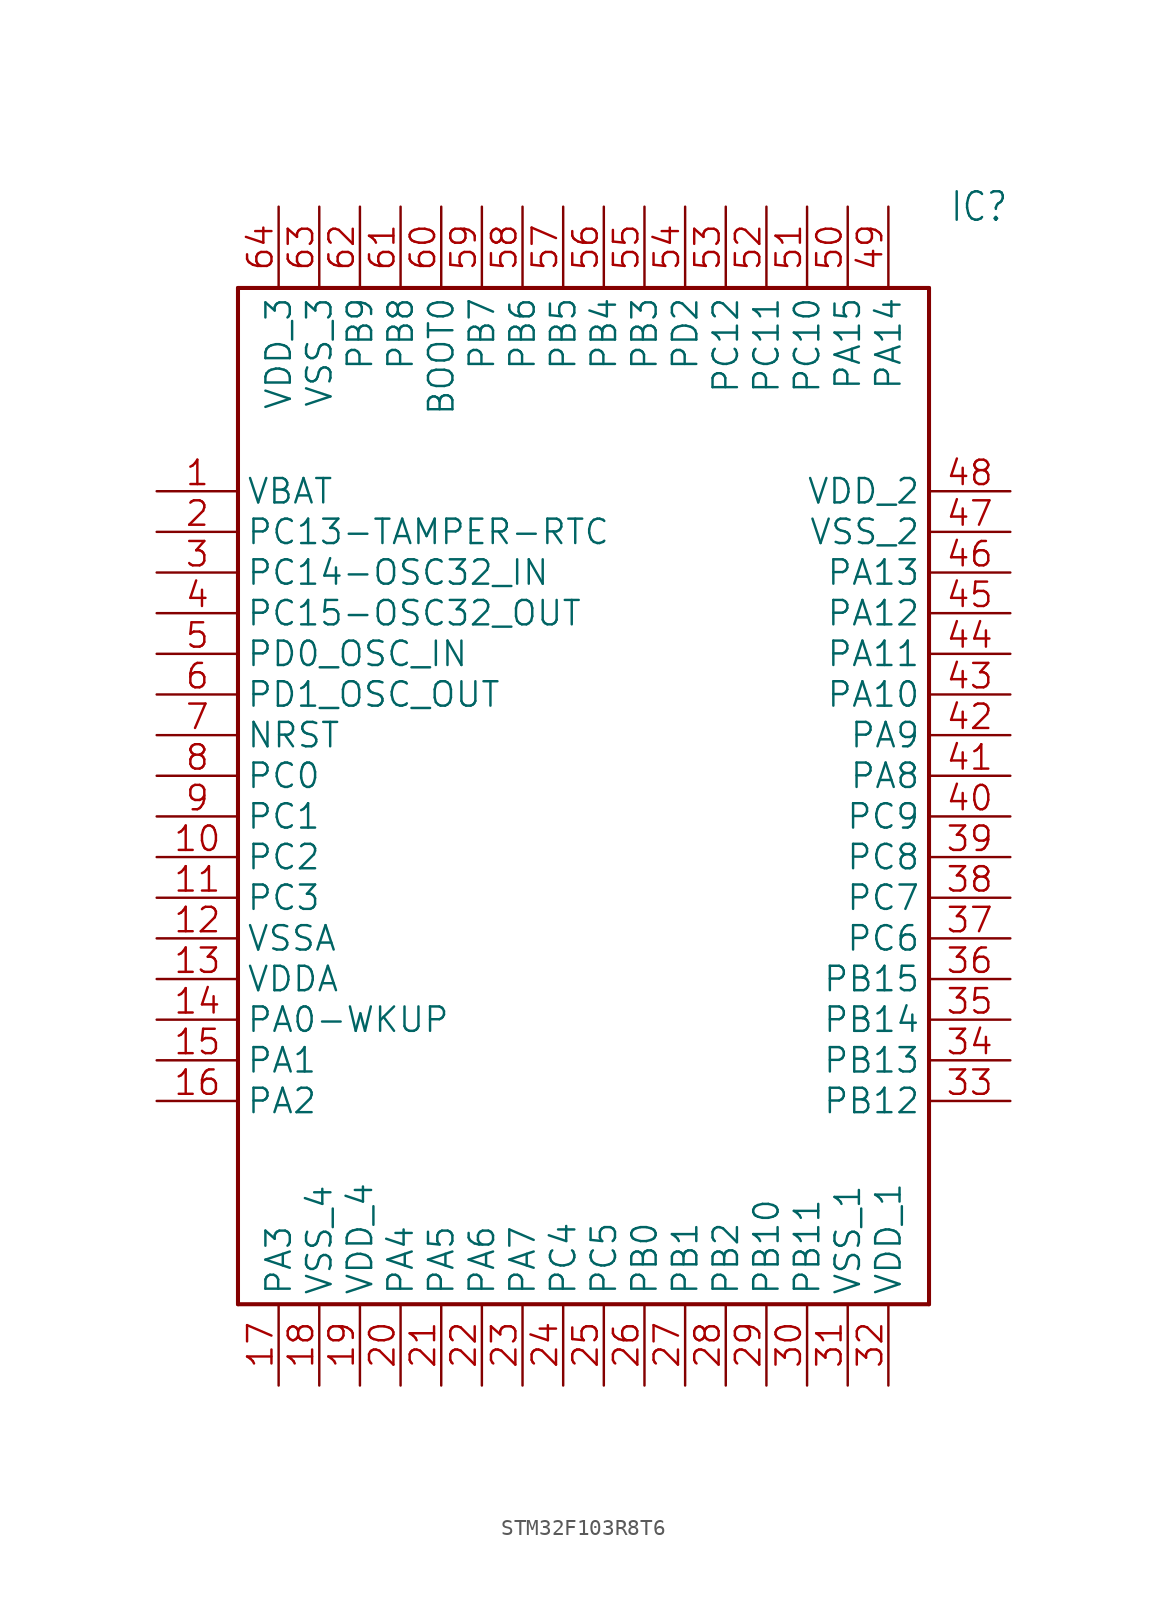
<source format=kicad_sym>
(kicad_symbol_lib
  (version 20241209)
  (generator "kicad_symbol_editor")
  (generator_version "9.0")
  (symbol "STM32F103R8T6"
    (property "Reference" "IC"
      (at 49.53 17.78 0)
      (effects (font (size 1.778 1.511)) (justify left)))
    (property "Value" ""
      (at 49.53 15.24 0)
      (effects (font (size 1.778 1.511)) (justify left)))
    (property "ki_locked" ""
      (at 0 0 0)
      (effects (font (size 1.27 1.27))))
    (symbol "STM32F103R8T6_1_0"
      (polyline (pts (xy 5.08 12.7) (xy 5.08 -50.8)) (stroke (width 0.254) (type solid)) (fill (type none)))
      (polyline (pts (xy 5.08 12.7) (xy 48.26 12.7)) (stroke (width 0.254) (type solid)) (fill (type none)))
      (polyline (pts (xy 48.26 -50.8) (xy 5.08 -50.8)) (stroke (width 0.254) (type solid)) (fill (type none)))
      (polyline (pts (xy 48.26 -50.8) (xy 48.26 12.7)) (stroke (width 0.254) (type solid)) (fill (type none)))
      (pin bidirectional line (at 0 0 0) (length 5.08) (name "VBAT" (effects (font (size 1.524 1.524)))) (number "1" (effects (font (size 1.524 1.524)))))
      (pin bidirectional line (at 0 -2.54 0) (length 5.08) (name "PC13-TAMPER-RTC" (effects (font (size 1.524 1.524)))) (number "2" (effects (font (size 1.524 1.524)))))
      (pin input line (at 0 -5.08 0) (length 5.08) (name "PC14-OSC32_IN" (effects (font (size 1.524 1.524)))) (number "3" (effects (font (size 1.524 1.524)))))
      (pin output line (at 0 -7.62 0) (length 5.08) (name "PC15-OSC32_OUT" (effects (font (size 1.524 1.524)))) (number "4" (effects (font (size 1.524 1.524)))))
      (pin input line (at 0 -10.16 0) (length 5.08) (name "PD0_OSC_IN" (effects (font (size 1.524 1.524)))) (number "5" (effects (font (size 1.524 1.524)))))
      (pin output line (at 0 -12.7 0) (length 5.08) (name "PD1_OSC_OUT" (effects (font (size 1.524 1.524)))) (number "6" (effects (font (size 1.524 1.524)))))
      (pin input line (at 0 -15.24 0) (length 5.08) (name "NRST" (effects (font (size 1.524 1.524)))) (number "7" (effects (font (size 1.524 1.524)))))
      (pin bidirectional line (at 0 -17.78 0) (length 5.08) (name "PC0" (effects (font (size 1.524 1.524)))) (number "8" (effects (font (size 1.524 1.524)))))
      (pin bidirectional line (at 0 -20.32 0) (length 5.08) (name "PC1" (effects (font (size 1.524 1.524)))) (number "9" (effects (font (size 1.524 1.524)))))
      (pin bidirectional line (at 0 -22.86 0) (length 5.08) (name "PC2" (effects (font (size 1.524 1.524)))) (number "10" (effects (font (size 1.524 1.524)))))
      (pin bidirectional line (at 0 -25.4 0) (length 5.08) (name "PC3" (effects (font (size 1.524 1.524)))) (number "11" (effects (font (size 1.524 1.524)))))
      (pin power_in line (at 0 -27.94 0) (length 5.08) (name "VSSA" (effects (font (size 1.524 1.524)))) (number "12" (effects (font (size 1.524 1.524)))))
      (pin power_in line (at 0 -30.48 0) (length 5.08) (name "VDDA" (effects (font (size 1.524 1.524)))) (number "13" (effects (font (size 1.524 1.524)))))
      (pin bidirectional line (at 0 -33.02 0) (length 5.08) (name "PA0-WKUP" (effects (font (size 1.524 1.524)))) (number "14" (effects (font (size 1.524 1.524)))))
      (pin bidirectional line (at 0 -35.56 0) (length 5.08) (name "PA1" (effects (font (size 1.524 1.524)))) (number "15" (effects (font (size 1.524 1.524)))))
      (pin bidirectional line (at 0 -38.1 0) (length 5.08) (name "PA2" (effects (font (size 1.524 1.524)))) (number "16" (effects (font (size 1.524 1.524)))))
      (pin power_in line (at 7.62 17.78 270) (length 5.08) (name "VDD_3" (effects (font (size 1.524 1.524)))) (number "64" (effects (font (size 1.524 1.524)))))
      (pin bidirectional line (at 7.62 -55.88 90) (length 5.08) (name "PA3" (effects (font (size 1.524 1.524)))) (number "17" (effects (font (size 1.524 1.524)))))
      (pin power_in line (at 10.16 17.78 270) (length 5.08) (name "VSS_3" (effects (font (size 1.524 1.524)))) (number "63" (effects (font (size 1.524 1.524)))))
      (pin power_in line (at 10.16 -55.88 90) (length 5.08) (name "VSS_4" (effects (font (size 1.524 1.524)))) (number "18" (effects (font (size 1.524 1.524)))))
      (pin bidirectional line (at 12.7 17.78 270) (length 5.08) (name "PB9" (effects (font (size 1.524 1.524)))) (number "62" (effects (font (size 1.524 1.524)))))
      (pin power_in line (at 12.7 -55.88 90) (length 5.08) (name "VDD_4" (effects (font (size 1.524 1.524)))) (number "19" (effects (font (size 1.524 1.524)))))
      (pin bidirectional line (at 15.24 17.78 270) (length 5.08) (name "PB8" (effects (font (size 1.524 1.524)))) (number "61" (effects (font (size 1.524 1.524)))))
      (pin bidirectional line (at 15.24 -55.88 90) (length 5.08) (name "PA4" (effects (font (size 1.524 1.524)))) (number "20" (effects (font (size 1.524 1.524)))))
      (pin bidirectional line (at 17.78 17.78 270) (length 5.08) (name "BOOT0" (effects (font (size 1.524 1.524)))) (number "60" (effects (font (size 1.524 1.524)))))
      (pin bidirectional line (at 17.78 -55.88 90) (length 5.08) (name "PA5" (effects (font (size 1.524 1.524)))) (number "21" (effects (font (size 1.524 1.524)))))
      (pin bidirectional line (at 20.32 17.78 270) (length 5.08) (name "PB7" (effects (font (size 1.524 1.524)))) (number "59" (effects (font (size 1.524 1.524)))))
      (pin bidirectional line (at 20.32 -55.88 90) (length 5.08) (name "PA6" (effects (font (size 1.524 1.524)))) (number "22" (effects (font (size 1.524 1.524)))))
      (pin bidirectional line (at 22.86 17.78 270) (length 5.08) (name "PB6" (effects (font (size 1.524 1.524)))) (number "58" (effects (font (size 1.524 1.524)))))
      (pin bidirectional line (at 22.86 -55.88 90) (length 5.08) (name "PA7" (effects (font (size 1.524 1.524)))) (number "23" (effects (font (size 1.524 1.524)))))
      (pin bidirectional line (at 25.4 17.78 270) (length 5.08) (name "PB5" (effects (font (size 1.524 1.524)))) (number "57" (effects (font (size 1.524 1.524)))))
      (pin bidirectional line (at 25.4 -55.88 90) (length 5.08) (name "PC4" (effects (font (size 1.524 1.524)))) (number "24" (effects (font (size 1.524 1.524)))))
      (pin bidirectional line (at 27.94 17.78 270) (length 5.08) (name "PB4" (effects (font (size 1.524 1.524)))) (number "56" (effects (font (size 1.524 1.524)))))
      (pin bidirectional line (at 27.94 -55.88 90) (length 5.08) (name "PC5" (effects (font (size 1.524 1.524)))) (number "25" (effects (font (size 1.524 1.524)))))
      (pin bidirectional line (at 30.48 17.78 270) (length 5.08) (name "PB3" (effects (font (size 1.524 1.524)))) (number "55" (effects (font (size 1.524 1.524)))))
      (pin bidirectional line (at 30.48 -55.88 90) (length 5.08) (name "PB0" (effects (font (size 1.524 1.524)))) (number "26" (effects (font (size 1.524 1.524)))))
      (pin bidirectional line (at 33.02 17.78 270) (length 5.08) (name "PD2" (effects (font (size 1.524 1.524)))) (number "54" (effects (font (size 1.524 1.524)))))
      (pin bidirectional line (at 33.02 -55.88 90) (length 5.08) (name "PB1" (effects (font (size 1.524 1.524)))) (number "27" (effects (font (size 1.524 1.524)))))
      (pin bidirectional line (at 35.56 17.78 270) (length 5.08) (name "PC12" (effects (font (size 1.524 1.524)))) (number "53" (effects (font (size 1.524 1.524)))))
      (pin bidirectional line (at 35.56 -55.88 90) (length 5.08) (name "PB2" (effects (font (size 1.524 1.524)))) (number "28" (effects (font (size 1.524 1.524)))))
      (pin bidirectional line (at 38.1 17.78 270) (length 5.08) (name "PC11" (effects (font (size 1.524 1.524)))) (number "52" (effects (font (size 1.524 1.524)))))
      (pin bidirectional line (at 38.1 -55.88 90) (length 5.08) (name "PB10" (effects (font (size 1.524 1.524)))) (number "29" (effects (font (size 1.524 1.524)))))
      (pin bidirectional line (at 40.64 17.78 270) (length 5.08) (name "PC10" (effects (font (size 1.524 1.524)))) (number "51" (effects (font (size 1.524 1.524)))))
      (pin bidirectional line (at 40.64 -55.88 90) (length 5.08) (name "PB11" (effects (font (size 1.524 1.524)))) (number "30" (effects (font (size 1.524 1.524)))))
      (pin bidirectional line (at 43.18 17.78 270) (length 5.08) (name "PA15" (effects (font (size 1.524 1.524)))) (number "50" (effects (font (size 1.524 1.524)))))
      (pin power_in line (at 43.18 -55.88 90) (length 5.08) (name "VSS_1" (effects (font (size 1.524 1.524)))) (number "31" (effects (font (size 1.524 1.524)))))
      (pin bidirectional line (at 45.72 17.78 270) (length 5.08) (name "PA14" (effects (font (size 1.524 1.524)))) (number "49" (effects (font (size 1.524 1.524)))))
      (pin power_in line (at 45.72 -55.88 90) (length 5.08) (name "VDD_1" (effects (font (size 1.524 1.524)))) (number "32" (effects (font (size 1.524 1.524)))))
      (pin power_in line (at 53.34 0 180) (length 5.08) (name "VDD_2" (effects (font (size 1.524 1.524)))) (number "48" (effects (font (size 1.524 1.524)))))
      (pin power_in line (at 53.34 -2.54 180) (length 5.08) (name "VSS_2" (effects (font (size 1.524 1.524)))) (number "47" (effects (font (size 1.524 1.524)))))
      (pin bidirectional line (at 53.34 -5.08 180) (length 5.08) (name "PA13" (effects (font (size 1.524 1.524)))) (number "46" (effects (font (size 1.524 1.524)))))
      (pin bidirectional line (at 53.34 -7.62 180) (length 5.08) (name "PA12" (effects (font (size 1.524 1.524)))) (number "45" (effects (font (size 1.524 1.524)))))
      (pin bidirectional line (at 53.34 -10.16 180) (length 5.08) (name "PA11" (effects (font (size 1.524 1.524)))) (number "44" (effects (font (size 1.524 1.524)))))
      (pin bidirectional line (at 53.34 -12.7 180) (length 5.08) (name "PA10" (effects (font (size 1.524 1.524)))) (number "43" (effects (font (size 1.524 1.524)))))
      (pin bidirectional line (at 53.34 -15.24 180) (length 5.08) (name "PA9" (effects (font (size 1.524 1.524)))) (number "42" (effects (font (size 1.524 1.524)))))
      (pin bidirectional line (at 53.34 -17.78 180) (length 5.08) (name "PA8" (effects (font (size 1.524 1.524)))) (number "41" (effects (font (size 1.524 1.524)))))
      (pin bidirectional line (at 53.34 -20.32 180) (length 5.08) (name "PC9" (effects (font (size 1.524 1.524)))) (number "40" (effects (font (size 1.524 1.524)))))
      (pin bidirectional line (at 53.34 -22.86 180) (length 5.08) (name "PC8" (effects (font (size 1.524 1.524)))) (number "39" (effects (font (size 1.524 1.524)))))
      (pin bidirectional line (at 53.34 -25.4 180) (length 5.08) (name "PC7" (effects (font (size 1.524 1.524)))) (number "38" (effects (font (size 1.524 1.524)))))
      (pin bidirectional line (at 53.34 -27.94 180) (length 5.08) (name "PC6" (effects (font (size 1.524 1.524)))) (number "37" (effects (font (size 1.524 1.524)))))
      (pin bidirectional line (at 53.34 -30.48 180) (length 5.08) (name "PB15" (effects (font (size 1.524 1.524)))) (number "36" (effects (font (size 1.524 1.524)))))
      (pin bidirectional line (at 53.34 -33.02 180) (length 5.08) (name "PB14" (effects (font (size 1.524 1.524)))) (number "35" (effects (font (size 1.524 1.524)))))
      (pin bidirectional line (at 53.34 -35.56 180) (length 5.08) (name "PB13" (effects (font (size 1.524 1.524)))) (number "34" (effects (font (size 1.524 1.524)))))
      (pin bidirectional line (at 53.34 -38.1 180) (length 5.08) (name "PB12" (effects (font (size 1.524 1.524)))) (number "33" (effects (font (size 1.524 1.524))))))))
</source>
